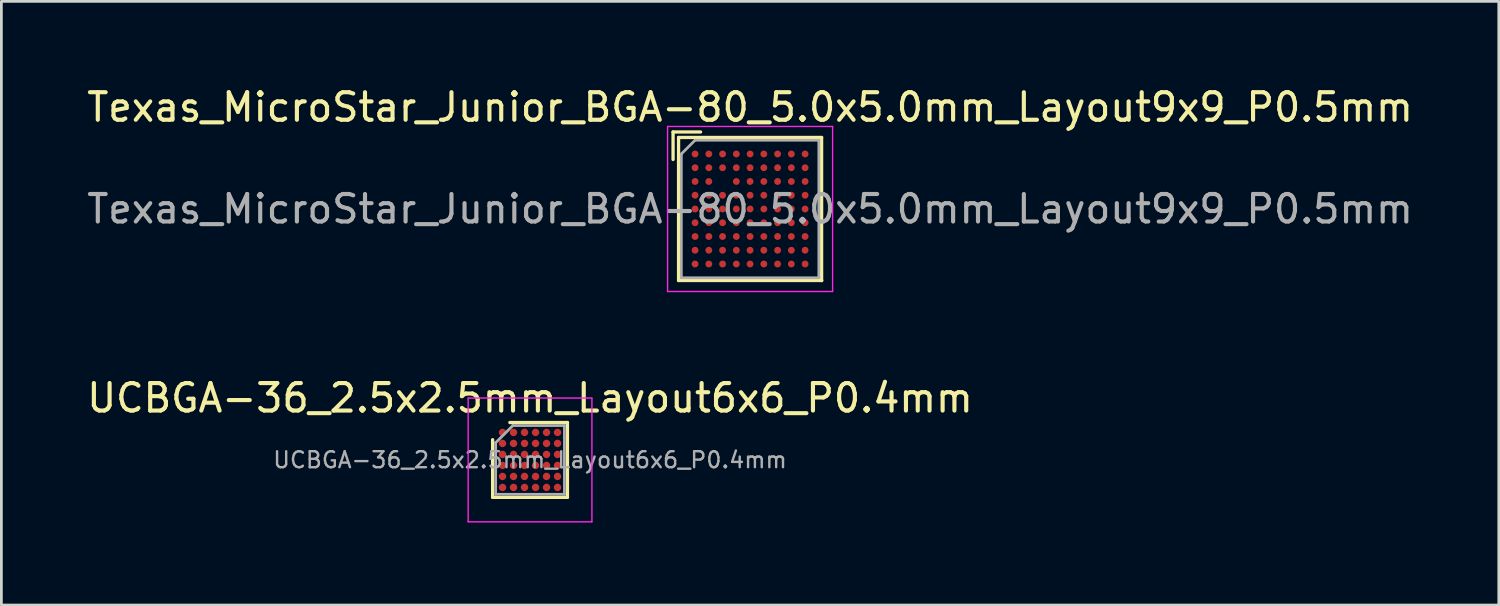
<source format=kicad_pcb>
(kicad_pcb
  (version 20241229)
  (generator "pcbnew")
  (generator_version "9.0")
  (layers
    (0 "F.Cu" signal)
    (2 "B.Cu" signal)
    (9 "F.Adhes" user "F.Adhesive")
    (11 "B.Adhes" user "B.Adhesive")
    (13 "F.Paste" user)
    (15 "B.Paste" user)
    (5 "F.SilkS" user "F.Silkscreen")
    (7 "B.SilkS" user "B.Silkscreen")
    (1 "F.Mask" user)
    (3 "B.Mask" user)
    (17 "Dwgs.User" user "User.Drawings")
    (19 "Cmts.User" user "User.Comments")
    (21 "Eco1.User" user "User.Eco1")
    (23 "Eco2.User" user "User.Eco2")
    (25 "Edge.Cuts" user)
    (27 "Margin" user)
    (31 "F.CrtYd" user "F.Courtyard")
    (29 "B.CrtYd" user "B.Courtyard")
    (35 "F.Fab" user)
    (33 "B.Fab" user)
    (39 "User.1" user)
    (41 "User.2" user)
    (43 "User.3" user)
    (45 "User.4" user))
  (footprint "Texas_MicroStar_Junior_BGA-80_5.0x5.0mm_Layout9x9_P0.5mm"
    (layer "F.Cu")
    (at 24.22 4.548)
    (property "Reference" "Texas_MicroStar_Junior_BGA-80_5.0x5.0mm_Layout9x9_P0.5mm" (at 0 -3.7 0) (layer "F.SilkS") (effects (font (size 1 1) (thickness 0.15))))
    (attr smd)
    (fp_line (start -2.8 -2.8) (end -1.8 -2.8) (stroke (width 0.12) (type solid)) (layer "F.SilkS"))
    (fp_line (start -2.8 -1.8) (end -2.8 -2.8) (stroke (width 0.12) (type solid)) (layer "F.SilkS"))
    (fp_line (start -2.6 -2.6) (end 2.6 -2.6) (stroke (width 0.12) (type solid)) (layer "F.SilkS"))
    (fp_line (start -2.6 2.6) (end -2.6 -2.6) (stroke (width 0.12) (type solid)) (layer "F.SilkS"))
    (fp_line (start 2.6 -2.6) (end 2.6 2.6) (stroke (width 0.12) (type solid)) (layer "F.SilkS"))
    (fp_line (start 2.6 2.6) (end -2.6 2.6) (stroke (width 0.12) (type solid)) (layer "F.SilkS"))
    (fp_line (start 2.6 2.6) (end 2.6 2.6) (stroke (width 0.12) (type solid)) (layer "F.SilkS"))
    (fp_line (start -3 -3) (end 3 -3) (stroke (width 0.05) (type solid)) (layer "F.CrtYd"))
    (fp_line (start -3 3) (end -3 -3) (stroke (width 0.05) (type solid)) (layer "F.CrtYd"))
    (fp_line (start 3 -3) (end 3 3) (stroke (width 0.05) (type solid)) (layer "F.CrtYd"))
    (fp_line (start 3 3) (end -3 3) (stroke (width 0.05) (type solid)) (layer "F.CrtYd"))
    (fp_line (start -2.5 2.5) (end -2.5 -2) (stroke (width 0.1) (type solid)) (layer "F.Fab"))
    (fp_line (start -2 -2.5) (end -2.5 -2) (stroke (width 0.1) (type solid)) (layer "F.Fab"))
    (fp_line (start -2 -2.5) (end 2.5 -2.5) (stroke (width 0.1) (type solid)) (layer "F.Fab"))
    (fp_line (start 2.5 -2.5) (end 2.5 2.5) (stroke (width 0.1) (type solid)) (layer "F.Fab"))
    (fp_line (start 2.5 2.5) (end -2.5 2.5) (stroke (width 0.1) (type solid)) (layer "F.Fab"))
    (fp_text user "${REFERENCE}" (at 0 0 0) (layer "F.Fab") (effects (font (size 1 1) (thickness 0.15))))
    (pad "A1" smd circle (at -2 -2) (size 0.25 0.25) (layers "F.Cu" "F.Mask" "F.Paste"))
    (pad "A2" smd circle (at -1.5 -2) (size 0.25 0.25) (layers "F.Cu" "F.Mask" "F.Paste"))
    (pad "A3" smd circle (at -1 -2) (size 0.25 0.25) (layers "F.Cu" "F.Mask" "F.Paste"))
    (pad "A4" smd circle (at -0.5 -2) (size 0.25 0.25) (layers "F.Cu" "F.Mask" "F.Paste"))
    (pad "A5" smd circle (at 0 -2) (size 0.25 0.25) (layers "F.Cu" "F.Mask" "F.Paste"))
    (pad "A6" smd circle (at 0.5 -2) (size 0.25 0.25) (layers "F.Cu" "F.Mask" "F.Paste"))
    (pad "A7" smd circle (at 1 -2) (size 0.25 0.25) (layers "F.Cu" "F.Mask" "F.Paste"))
    (pad "A8" smd circle (at 1.5 -2) (size 0.25 0.25) (layers "F.Cu" "F.Mask" "F.Paste"))
    (pad "A9" smd circle (at 2 -2) (size 0.25 0.25) (layers "F.Cu" "F.Mask" "F.Paste"))
    (pad "B1" smd circle (at -2 -1.5) (size 0.25 0.25) (layers "F.Cu" "F.Mask" "F.Paste"))
    (pad "B2" smd circle (at -1.5 -1.5) (size 0.25 0.25) (layers "F.Cu" "F.Mask" "F.Paste"))
    (pad "B3" smd circle (at -1 -1.5) (size 0.25 0.25) (layers "F.Cu" "F.Mask" "F.Paste"))
    (pad "B4" smd circle (at -0.5 -1.5) (size 0.25 0.25) (layers "F.Cu" "F.Mask" "F.Paste"))
    (pad "B5" smd circle (at 0 -1.5) (size 0.25 0.25) (layers "F.Cu" "F.Mask" "F.Paste"))
    (pad "B6" smd circle (at 0.5 -1.5) (size 0.25 0.25) (layers "F.Cu" "F.Mask" "F.Paste"))
    (pad "B7" smd circle (at 1 -1.5) (size 0.25 0.25) (layers "F.Cu" "F.Mask" "F.Paste"))
    (pad "B8" smd circle (at 1.5 -1.5) (size 0.25 0.25) (layers "F.Cu" "F.Mask" "F.Paste"))
    (pad "B9" smd circle (at 2 -1.5) (size 0.25 0.25) (layers "F.Cu" "F.Mask" "F.Paste"))
    (pad "C1" smd circle (at -2 -1) (size 0.25 0.25) (layers "F.Cu" "F.Mask" "F.Paste"))
    (pad "C2" smd circle (at -1.5 -1) (size 0.25 0.25) (layers "F.Cu" "F.Mask" "F.Paste"))
    (pad "C4" smd circle (at -0.5 -1) (size 0.25 0.25) (layers "F.Cu" "F.Mask" "F.Paste"))
    (pad "C5" smd circle (at 0 -1) (size 0.25 0.25) (layers "F.Cu" "F.Mask" "F.Paste"))
    (pad "C6" smd circle (at 0.5 -1) (size 0.25 0.25) (layers "F.Cu" "F.Mask" "F.Paste"))
    (pad "C7" smd circle (at 1 -1) (size 0.25 0.25) (layers "F.Cu" "F.Mask" "F.Paste"))
    (pad "C8" smd circle (at 1.5 -1) (size 0.25 0.25) (layers "F.Cu" "F.Mask" "F.Paste"))
    (pad "C9" smd circle (at 2 -1) (size 0.25 0.25) (layers "F.Cu" "F.Mask" "F.Paste"))
    (pad "D1" smd circle (at -2 -0.5) (size 0.25 0.25) (layers "F.Cu" "F.Mask" "F.Paste"))
    (pad "D2" smd circle (at -1.5 -0.5) (size 0.25 0.25) (layers "F.Cu" "F.Mask" "F.Paste"))
    (pad "D3" smd circle (at -1 -0.5) (size 0.25 0.25) (layers "F.Cu" "F.Mask" "F.Paste"))
    (pad "D4" smd circle (at -0.5 -0.5) (size 0.25 0.25) (layers "F.Cu" "F.Mask" "F.Paste"))
    (pad "D5" smd circle (at 0 -0.5) (size 0.25 0.25) (layers "F.Cu" "F.Mask" "F.Paste"))
    (pad "D6" smd circle (at 0.5 -0.5) (size 0.25 0.25) (layers "F.Cu" "F.Mask" "F.Paste"))
    (pad "D7" smd circle (at 1 -0.5) (size 0.25 0.25) (layers "F.Cu" "F.Mask" "F.Paste"))
    (pad "D8" smd circle (at 1.5 -0.5) (size 0.25 0.25) (layers "F.Cu" "F.Mask" "F.Paste"))
    (pad "D9" smd circle (at 2 -0.5) (size 0.25 0.25) (layers "F.Cu" "F.Mask" "F.Paste"))
    (pad "E1" smd circle (at -2 0) (size 0.25 0.25) (layers "F.Cu" "F.Mask" "F.Paste"))
    (pad "E2" smd circle (at -1.5 0) (size 0.25 0.25) (layers "F.Cu" "F.Mask" "F.Paste"))
    (pad "E3" smd circle (at -1 0) (size 0.25 0.25) (layers "F.Cu" "F.Mask" "F.Paste"))
    (pad "E4" smd circle (at -0.5 0) (size 0.25 0.25) (layers "F.Cu" "F.Mask" "F.Paste"))
    (pad "E5" smd circle (at 0 0) (size 0.25 0.25) (layers "F.Cu" "F.Mask" "F.Paste"))
    (pad "E6" smd circle (at 0.5 0) (size 0.25 0.25) (layers "F.Cu" "F.Mask" "F.Paste"))
    (pad "E7" smd circle (at 1 0) (size 0.25 0.25) (layers "F.Cu" "F.Mask" "F.Paste"))
    (pad "E8" smd circle (at 1.5 0) (size 0.25 0.25) (layers "F.Cu" "F.Mask" "F.Paste"))
    (pad "E9" smd circle (at 2 0) (size 0.25 0.25) (layers "F.Cu" "F.Mask" "F.Paste"))
    (pad "F1" smd circle (at -2 0.5) (size 0.25 0.25) (layers "F.Cu" "F.Mask" "F.Paste"))
    (pad "F2" smd circle (at -1.5 0.5) (size 0.25 0.25) (layers "F.Cu" "F.Mask" "F.Paste"))
    (pad "F3" smd circle (at -1 0.5) (size 0.25 0.25) (layers "F.Cu" "F.Mask" "F.Paste"))
    (pad "F4" smd circle (at -0.5 0.5) (size 0.25 0.25) (layers "F.Cu" "F.Mask" "F.Paste"))
    (pad "F5" smd circle (at 0 0.5) (size 0.25 0.25) (layers "F.Cu" "F.Mask" "F.Paste"))
    (pad "F6" smd circle (at 0.5 0.5) (size 0.25 0.25) (layers "F.Cu" "F.Mask" "F.Paste"))
    (pad "F7" smd circle (at 1 0.5) (size 0.25 0.25) (layers "F.Cu" "F.Mask" "F.Paste"))
    (pad "F8" smd circle (at 1.5 0.5) (size 0.25 0.25) (layers "F.Cu" "F.Mask" "F.Paste"))
    (pad "F9" smd circle (at 2 0.5) (size 0.25 0.25) (layers "F.Cu" "F.Mask" "F.Paste"))
    (pad "G1" smd circle (at -2 1) (size 0.25 0.25) (layers "F.Cu" "F.Mask" "F.Paste"))
    (pad "G2" smd circle (at -1.5 1) (size 0.25 0.25) (layers "F.Cu" "F.Mask" "F.Paste"))
    (pad "G3" smd circle (at -1 1) (size 0.25 0.25) (layers "F.Cu" "F.Mask" "F.Paste"))
    (pad "G4" smd circle (at -0.5 1) (size 0.25 0.25) (layers "F.Cu" "F.Mask" "F.Paste"))
    (pad "G5" smd circle (at 0 1) (size 0.25 0.25) (layers "F.Cu" "F.Mask" "F.Paste"))
    (pad "G6" smd circle (at 0.5 1) (size 0.25 0.25) (layers "F.Cu" "F.Mask" "F.Paste"))
    (pad "G7" smd circle (at 1 1) (size 0.25 0.25) (layers "F.Cu" "F.Mask" "F.Paste"))
    (pad "G8" smd circle (at 1.5 1) (size 0.25 0.25) (layers "F.Cu" "F.Mask" "F.Paste"))
    (pad "G9" smd circle (at 2 1) (size 0.25 0.25) (layers "F.Cu" "F.Mask" "F.Paste"))
    (pad "H1" smd circle (at -2 1.5) (size 0.25 0.25) (layers "F.Cu" "F.Mask" "F.Paste"))
    (pad "H2" smd circle (at -1.5 1.5) (size 0.25 0.25) (layers "F.Cu" "F.Mask" "F.Paste"))
    (pad "H3" smd circle (at -1 1.5) (size 0.25 0.25) (layers "F.Cu" "F.Mask" "F.Paste"))
    (pad "H4" smd circle (at -0.5 1.5) (size 0.25 0.25) (layers "F.Cu" "F.Mask" "F.Paste"))
    (pad "H5" smd circle (at 0 1.5) (size 0.25 0.25) (layers "F.Cu" "F.Mask" "F.Paste"))
    (pad "H6" smd circle (at 0.5 1.5) (size 0.25 0.25) (layers "F.Cu" "F.Mask" "F.Paste"))
    (pad "H7" smd circle (at 1 1.5) (size 0.25 0.25) (layers "F.Cu" "F.Mask" "F.Paste"))
    (pad "H8" smd circle (at 1.5 1.5) (size 0.25 0.25) (layers "F.Cu" "F.Mask" "F.Paste"))
    (pad "H9" smd circle (at 2 1.5) (size 0.25 0.25) (layers "F.Cu" "F.Mask" "F.Paste"))
    (pad "J1" smd circle (at -2 2) (size 0.25 0.25) (layers "F.Cu" "F.Mask" "F.Paste"))
    (pad "J2" smd circle (at -1.5 2) (size 0.25 0.25) (layers "F.Cu" "F.Mask" "F.Paste"))
    (pad "J3" smd circle (at -1 2) (size 0.25 0.25) (layers "F.Cu" "F.Mask" "F.Paste"))
    (pad "J4" smd circle (at -0.5 2) (size 0.25 0.25) (layers "F.Cu" "F.Mask" "F.Paste"))
    (pad "J5" smd circle (at 0 2) (size 0.25 0.25) (layers "F.Cu" "F.Mask" "F.Paste"))
    (pad "J6" smd circle (at 0.5 2) (size 0.25 0.25) (layers "F.Cu" "F.Mask" "F.Paste"))
    (pad "J7" smd circle (at 1 2) (size 0.25 0.25) (layers "F.Cu" "F.Mask" "F.Paste"))
    (pad "J8" smd circle (at 1.5 2) (size 0.25 0.25) (layers "F.Cu" "F.Mask" "F.Paste"))
    (pad "J9" smd circle (at 2 2) (size 0.25 0.25) (layers "F.Cu" "F.Mask" "F.Paste")))
  (footprint "UCBGA-36_2.5x2.5mm_Layout6x6_P0.4mm"
    (layer "F.Cu")
    (at 16.22 13.671)
    (property "Reference" "UCBGA-36_2.5x2.5mm_Layout6x6_P0.4mm" (at 0 -2.25 0) (layer "F.SilkS") (effects (font (size 1 1) (thickness 0.15))))
    (attr smd)
    (fp_line (start -1.36 1.36) (end -1.36 -0.735) (stroke (width 0.12) (type solid)) (layer "F.SilkS"))
    (fp_line (start -0.735 -1.36) (end 1.36 -1.36) (stroke (width 0.12) (type solid)) (layer "F.SilkS"))
    (fp_line (start 1.36 -1.36) (end 1.36 1.36) (stroke (width 0.12) (type solid)) (layer "F.SilkS"))
    (fp_line (start 1.36 1.36) (end -1.36 1.36) (stroke (width 0.12) (type solid)) (layer "F.SilkS"))
    (fp_line (start -2.25 -2.25) (end -2.25 2.25) (stroke (width 0.05) (type solid)) (layer "F.CrtYd"))
    (fp_line (start -2.25 2.25) (end 2.25 2.25) (stroke (width 0.05) (type solid)) (layer "F.CrtYd"))
    (fp_line (start 2.25 -2.25) (end -2.25 -2.25) (stroke (width 0.05) (type solid)) (layer "F.CrtYd"))
    (fp_line (start 2.25 2.25) (end 2.25 -2.25) (stroke (width 0.05) (type solid)) (layer "F.CrtYd"))
    (fp_line (start -1.25 -0.625) (end -0.625 -1.25) (stroke (width 0.1) (type solid)) (layer "F.Fab"))
    (fp_line (start -1.25 1.25) (end -1.25 -0.625) (stroke (width 0.1) (type solid)) (layer "F.Fab"))
    (fp_line (start -0.625 -1.25) (end 1.25 -1.25) (stroke (width 0.1) (type solid)) (layer "F.Fab"))
    (fp_line (start 1.25 -1.25) (end 1.25 1.25) (stroke (width 0.1) (type solid)) (layer "F.Fab"))
    (fp_line (start 1.25 1.25) (end -1.25 1.25) (stroke (width 0.1) (type solid)) (layer "F.Fab"))
    (fp_text user "${REFERENCE}" (at 0 0 0) (layer "F.Fab") (effects (font (size 0.58 0.58) (thickness 0.087))))
    (pad "A1" smd circle (at -1 -1) (size 0.27 0.27) (layers "F.Cu" "F.Mask" "F.Paste"))
    (pad "A2" smd circle (at -0.6 -1) (size 0.27 0.27) (layers "F.Cu" "F.Mask" "F.Paste"))
    (pad "A3" smd circle (at -0.2 -1) (size 0.27 0.27) (layers "F.Cu" "F.Mask" "F.Paste"))
    (pad "A4" smd circle (at 0.2 -1) (size 0.27 0.27) (layers "F.Cu" "F.Mask" "F.Paste"))
    (pad "A5" smd circle (at 0.6 -1) (size 0.27 0.27) (layers "F.Cu" "F.Mask" "F.Paste"))
    (pad "A6" smd circle (at 1 -1) (size 0.27 0.27) (layers "F.Cu" "F.Mask" "F.Paste"))
    (pad "B1" smd circle (at -1 -0.6) (size 0.27 0.27) (layers "F.Cu" "F.Mask" "F.Paste"))
    (pad "B2" smd circle (at -0.6 -0.6) (size 0.27 0.27) (layers "F.Cu" "F.Mask" "F.Paste"))
    (pad "B3" smd circle (at -0.2 -0.6) (size 0.27 0.27) (layers "F.Cu" "F.Mask" "F.Paste"))
    (pad "B4" smd circle (at 0.2 -0.6) (size 0.27 0.27) (layers "F.Cu" "F.Mask" "F.Paste"))
    (pad "B5" smd circle (at 0.6 -0.6) (size 0.27 0.27) (layers "F.Cu" "F.Mask" "F.Paste"))
    (pad "B6" smd circle (at 1 -0.6) (size 0.27 0.27) (layers "F.Cu" "F.Mask" "F.Paste"))
    (pad "C1" smd circle (at -1 -0.2) (size 0.27 0.27) (layers "F.Cu" "F.Mask" "F.Paste"))
    (pad "C2" smd circle (at -0.6 -0.2) (size 0.27 0.27) (layers "F.Cu" "F.Mask" "F.Paste"))
    (pad "C3" smd circle (at -0.2 -0.2) (size 0.27 0.27) (layers "F.Cu" "F.Mask" "F.Paste"))
    (pad "C4" smd circle (at 0.2 -0.2) (size 0.27 0.27) (layers "F.Cu" "F.Mask" "F.Paste"))
    (pad "C5" smd circle (at 0.6 -0.2) (size 0.27 0.27) (layers "F.Cu" "F.Mask" "F.Paste"))
    (pad "C6" smd circle (at 1 -0.2) (size 0.27 0.27) (layers "F.Cu" "F.Mask" "F.Paste"))
    (pad "D1" smd circle (at -1 0.2) (size 0.27 0.27) (layers "F.Cu" "F.Mask" "F.Paste"))
    (pad "D2" smd circle (at -0.6 0.2) (size 0.27 0.27) (layers "F.Cu" "F.Mask" "F.Paste"))
    (pad "D3" smd circle (at -0.2 0.2) (size 0.27 0.27) (layers "F.Cu" "F.Mask" "F.Paste"))
    (pad "D4" smd circle (at 0.2 0.2) (size 0.27 0.27) (layers "F.Cu" "F.Mask" "F.Paste"))
    (pad "D5" smd circle (at 0.6 0.2) (size 0.27 0.27) (layers "F.Cu" "F.Mask" "F.Paste"))
    (pad "D6" smd circle (at 1 0.2) (size 0.27 0.27) (layers "F.Cu" "F.Mask" "F.Paste"))
    (pad "E1" smd circle (at -1 0.6) (size 0.27 0.27) (layers "F.Cu" "F.Mask" "F.Paste"))
    (pad "E2" smd circle (at -0.6 0.6) (size 0.27 0.27) (layers "F.Cu" "F.Mask" "F.Paste"))
    (pad "E3" smd circle (at -0.2 0.6) (size 0.27 0.27) (layers "F.Cu" "F.Mask" "F.Paste"))
    (pad "E4" smd circle (at 0.2 0.6) (size 0.27 0.27) (layers "F.Cu" "F.Mask" "F.Paste"))
    (pad "E5" smd circle (at 0.6 0.6) (size 0.27 0.27) (layers "F.Cu" "F.Mask" "F.Paste"))
    (pad "E6" smd circle (at 1 0.6) (size 0.27 0.27) (layers "F.Cu" "F.Mask" "F.Paste"))
    (pad "F1" smd circle (at -1 1) (size 0.27 0.27) (layers "F.Cu" "F.Mask" "F.Paste"))
    (pad "F2" smd circle (at -0.6 1) (size 0.27 0.27) (layers "F.Cu" "F.Mask" "F.Paste"))
    (pad "F3" smd circle (at -0.2 1) (size 0.27 0.27) (layers "F.Cu" "F.Mask" "F.Paste"))
    (pad "F4" smd circle (at 0.2 1) (size 0.27 0.27) (layers "F.Cu" "F.Mask" "F.Paste"))
    (pad "F5" smd circle (at 0.6 1) (size 0.27 0.27) (layers "F.Cu" "F.Mask" "F.Paste"))
    (pad "F6" smd circle (at 1 1) (size 0.27 0.27) (layers "F.Cu" "F.Mask" "F.Paste")))
  (gr_rect
    (start -3 -3)
    (end 51.44 18.947)
    (stroke (width 0.1) (type default))
    (fill no)
    (layer "Edge.Cuts")))
</source>
